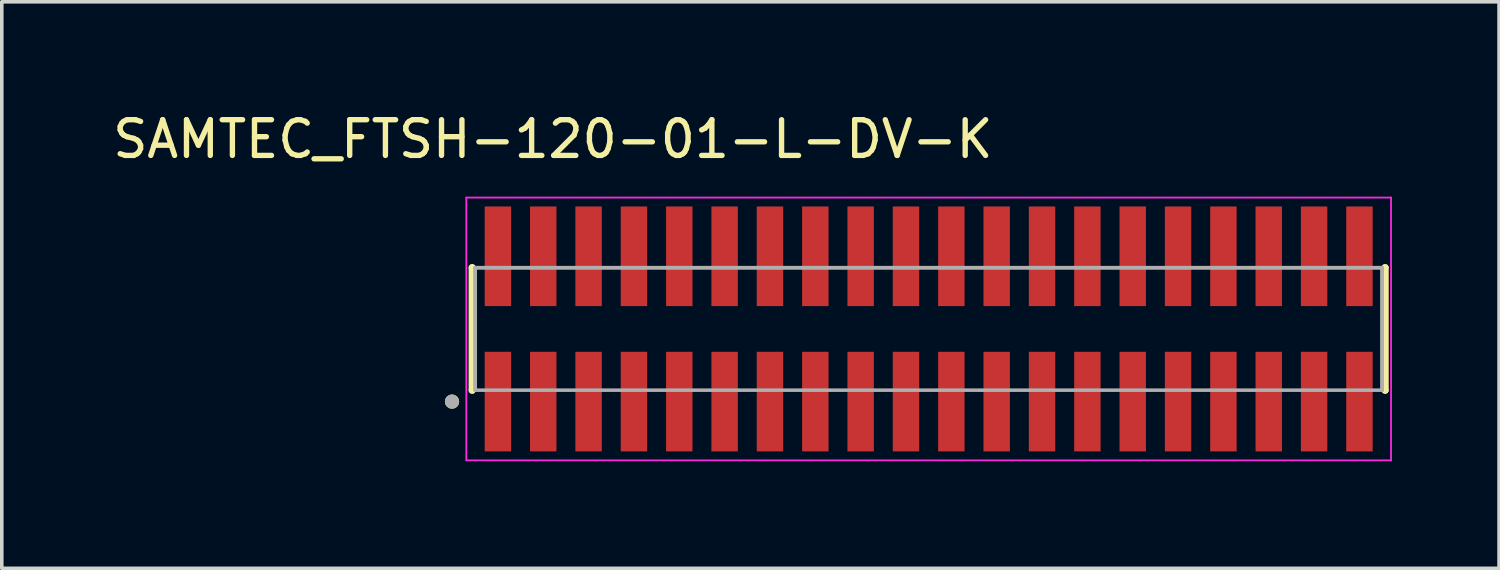
<source format=kicad_pcb>
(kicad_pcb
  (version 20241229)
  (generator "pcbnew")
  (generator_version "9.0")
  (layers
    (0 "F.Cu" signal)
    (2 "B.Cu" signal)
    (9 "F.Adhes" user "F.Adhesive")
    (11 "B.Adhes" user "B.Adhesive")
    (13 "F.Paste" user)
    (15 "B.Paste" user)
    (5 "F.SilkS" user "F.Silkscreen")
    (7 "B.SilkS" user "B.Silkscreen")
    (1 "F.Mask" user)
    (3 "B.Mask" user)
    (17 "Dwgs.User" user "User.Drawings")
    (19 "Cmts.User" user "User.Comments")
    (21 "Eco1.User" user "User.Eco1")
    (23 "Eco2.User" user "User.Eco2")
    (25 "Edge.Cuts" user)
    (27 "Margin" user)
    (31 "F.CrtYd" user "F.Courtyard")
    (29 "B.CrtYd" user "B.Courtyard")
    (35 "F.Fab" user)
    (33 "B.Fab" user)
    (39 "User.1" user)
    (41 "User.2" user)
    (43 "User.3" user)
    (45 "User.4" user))
  (footprint "SAMTEC_FTSH-120-01-L-DV-K"
    (layer "F.Cu")
    (at 22.96 6.163)
    (property "Reference" "SAMTEC_FTSH-120-01-L-DV-K" (at -10.525 -5.315 0) (layer "F.SilkS") (effects (font (size 1 1) (thickness 0.15))))
    (attr smd)
    (fp_line (start -12.785 -1.715) (end -12.785 -1.715) (stroke (width 0.2) (type solid)) (layer "F.SilkS"))
    (fp_line (start -12.785 1.715) (end -12.785 -1.715) (stroke (width 0.2) (type solid)) (layer "F.SilkS"))
    (fp_line (start -12.785 1.715) (end -12.785 1.715) (stroke (width 0.2) (type solid)) (layer "F.SilkS"))
    (fp_line (start 12.785 -1.715) (end 12.785 -1.715) (stroke (width 0.2) (type solid)) (layer "F.SilkS"))
    (fp_line (start 12.785 -1.715) (end 12.785 1.715) (stroke (width 0.2) (type solid)) (layer "F.SilkS"))
    (fp_line (start 12.785 1.715) (end 12.785 1.715) (stroke (width 0.2) (type solid)) (layer "F.SilkS"))
    (fp_circle (center -13.35 2.035) (end -13.25 2.035) (stroke (width 0.2) (type solid)) (fill no) (layer "F.SilkS"))
    (fp_line (start -12.95 -3.68) (end 12.95 -3.68) (stroke (width 0.05) (type solid)) (layer "F.CrtYd"))
    (fp_line (start -12.95 3.68) (end -12.95 -3.68) (stroke (width 0.05) (type solid)) (layer "F.CrtYd"))
    (fp_line (start 12.95 -3.68) (end 12.95 3.68) (stroke (width 0.05) (type solid)) (layer "F.CrtYd"))
    (fp_line (start 12.95 3.68) (end -12.95 3.68) (stroke (width 0.05) (type solid)) (layer "F.CrtYd"))
    (fp_line (start -12.7 -1.715) (end 12.7 -1.715) (stroke (width 0.1) (type solid)) (layer "F.Fab"))
    (fp_line (start -12.7 -1.715) (end 12.7 -1.715) (stroke (width 0.1) (type solid)) (layer "F.Fab"))
    (fp_line (start -12.7 1.715) (end -12.7 -1.715) (stroke (width 0.1) (type solid)) (layer "F.Fab"))
    (fp_line (start -12.7 1.715) (end -12.7 -1.715) (stroke (width 0.1) (type solid)) (layer "F.Fab"))
    (fp_line (start 12.7 -1.715) (end 12.7 1.715) (stroke (width 0.1) (type solid)) (layer "F.Fab"))
    (fp_line (start 12.7 -1.715) (end 12.7 1.715) (stroke (width 0.1) (type solid)) (layer "F.Fab"))
    (fp_line (start 12.7 1.715) (end -12.7 1.715) (stroke (width 0.1) (type solid)) (layer "F.Fab"))
    (fp_circle (center -13.35 2.035) (end -13.25 2.035) (stroke (width 0.2) (type solid)) (fill no) (layer "F.Fab"))
    (pad "1" smd rect (at -12.065 2.035) (size 0.74 2.79) (layers "F.Cu" "F.Mask" "F.Paste"))
    (pad "2" smd rect (at -12.065 -2.035) (size 0.74 2.79) (layers "F.Cu" "F.Mask" "F.Paste"))
    (pad "3" smd rect (at -10.795 2.035) (size 0.74 2.79) (layers "F.Cu" "F.Mask" "F.Paste"))
    (pad "4" smd rect (at -10.795 -2.035) (size 0.74 2.79) (layers "F.Cu" "F.Mask" "F.Paste"))
    (pad "5" smd rect (at -9.525 2.035) (size 0.74 2.79) (layers "F.Cu" "F.Mask" "F.Paste"))
    (pad "6" smd rect (at -9.525 -2.035) (size 0.74 2.79) (layers "F.Cu" "F.Mask" "F.Paste"))
    (pad "7" smd rect (at -8.255 2.035) (size 0.74 2.79) (layers "F.Cu" "F.Mask" "F.Paste"))
    (pad "8" smd rect (at -8.255 -2.035) (size 0.74 2.79) (layers "F.Cu" "F.Mask" "F.Paste"))
    (pad "9" smd rect (at -6.985 2.035) (size 0.74 2.79) (layers "F.Cu" "F.Mask" "F.Paste"))
    (pad "10" smd rect (at -6.985 -2.035) (size 0.74 2.79) (layers "F.Cu" "F.Mask" "F.Paste"))
    (pad "11" smd rect (at -5.715 2.035) (size 0.74 2.79) (layers "F.Cu" "F.Mask" "F.Paste"))
    (pad "12" smd rect (at -5.715 -2.035) (size 0.74 2.79) (layers "F.Cu" "F.Mask" "F.Paste"))
    (pad "13" smd rect (at -4.445 2.035) (size 0.74 2.79) (layers "F.Cu" "F.Mask" "F.Paste"))
    (pad "14" smd rect (at -4.445 -2.035) (size 0.74 2.79) (layers "F.Cu" "F.Mask" "F.Paste"))
    (pad "15" smd rect (at -3.175 2.035) (size 0.74 2.79) (layers "F.Cu" "F.Mask" "F.Paste"))
    (pad "16" smd rect (at -3.175 -2.035) (size 0.74 2.79) (layers "F.Cu" "F.Mask" "F.Paste"))
    (pad "17" smd rect (at -1.905 2.035) (size 0.74 2.79) (layers "F.Cu" "F.Mask" "F.Paste"))
    (pad "18" smd rect (at -1.905 -2.035) (size 0.74 2.79) (layers "F.Cu" "F.Mask" "F.Paste"))
    (pad "19" smd rect (at -0.635 2.035) (size 0.74 2.79) (layers "F.Cu" "F.Mask" "F.Paste"))
    (pad "20" smd rect (at -0.635 -2.035) (size 0.74 2.79) (layers "F.Cu" "F.Mask" "F.Paste"))
    (pad "21" smd rect (at 0.635 2.035) (size 0.74 2.79) (layers "F.Cu" "F.Mask" "F.Paste"))
    (pad "22" smd rect (at 0.635 -2.035) (size 0.74 2.79) (layers "F.Cu" "F.Mask" "F.Paste"))
    (pad "23" smd rect (at 1.905 2.035) (size 0.74 2.79) (layers "F.Cu" "F.Mask" "F.Paste"))
    (pad "24" smd rect (at 1.905 -2.035) (size 0.74 2.79) (layers "F.Cu" "F.Mask" "F.Paste"))
    (pad "25" smd rect (at 3.175 2.035) (size 0.74 2.79) (layers "F.Cu" "F.Mask" "F.Paste"))
    (pad "26" smd rect (at 3.175 -2.035) (size 0.74 2.79) (layers "F.Cu" "F.Mask" "F.Paste"))
    (pad "27" smd rect (at 4.445 2.035) (size 0.74 2.79) (layers "F.Cu" "F.Mask" "F.Paste"))
    (pad "28" smd rect (at 4.445 -2.035) (size 0.74 2.79) (layers "F.Cu" "F.Mask" "F.Paste"))
    (pad "29" smd rect (at 5.715 2.035) (size 0.74 2.79) (layers "F.Cu" "F.Mask" "F.Paste"))
    (pad "30" smd rect (at 5.715 -2.035) (size 0.74 2.79) (layers "F.Cu" "F.Mask" "F.Paste"))
    (pad "31" smd rect (at 6.985 2.035) (size 0.74 2.79) (layers "F.Cu" "F.Mask" "F.Paste"))
    (pad "32" smd rect (at 6.985 -2.035) (size 0.74 2.79) (layers "F.Cu" "F.Mask" "F.Paste"))
    (pad "33" smd rect (at 8.255 2.035) (size 0.74 2.79) (layers "F.Cu" "F.Mask" "F.Paste"))
    (pad "34" smd rect (at 8.255 -2.035) (size 0.74 2.79) (layers "F.Cu" "F.Mask" "F.Paste"))
    (pad "35" smd rect (at 9.525 2.035) (size 0.74 2.79) (layers "F.Cu" "F.Mask" "F.Paste"))
    (pad "36" smd rect (at 9.525 -2.035) (size 0.74 2.79) (layers "F.Cu" "F.Mask" "F.Paste"))
    (pad "37" smd rect (at 10.795 2.035) (size 0.74 2.79) (layers "F.Cu" "F.Mask" "F.Paste"))
    (pad "38" smd rect (at 10.795 -2.035) (size 0.74 2.79) (layers "F.Cu" "F.Mask" "F.Paste"))
    (pad "39" smd rect (at 12.065 2.035) (size 0.74 2.79) (layers "F.Cu" "F.Mask" "F.Paste"))
    (pad "40" smd rect (at 12.065 -2.035) (size 0.74 2.79) (layers "F.Cu" "F.Mask" "F.Paste")))
  (gr_rect
    (start -3 -3)
    (end 38.935 12.868)
    (stroke (width 0.1) (type default))
    (fill no)
    (layer "Edge.Cuts")))
</source>
